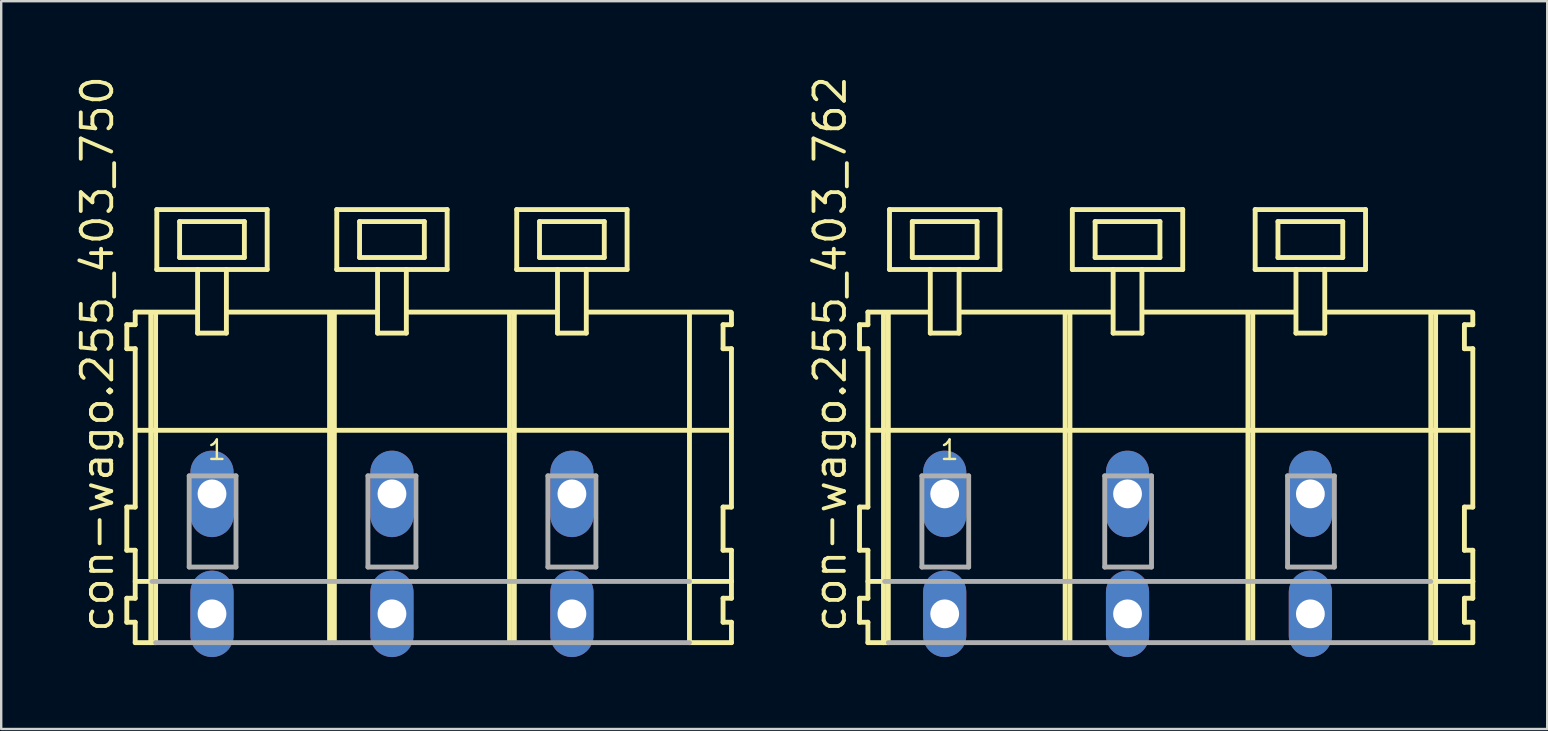
<source format=kicad_pcb>
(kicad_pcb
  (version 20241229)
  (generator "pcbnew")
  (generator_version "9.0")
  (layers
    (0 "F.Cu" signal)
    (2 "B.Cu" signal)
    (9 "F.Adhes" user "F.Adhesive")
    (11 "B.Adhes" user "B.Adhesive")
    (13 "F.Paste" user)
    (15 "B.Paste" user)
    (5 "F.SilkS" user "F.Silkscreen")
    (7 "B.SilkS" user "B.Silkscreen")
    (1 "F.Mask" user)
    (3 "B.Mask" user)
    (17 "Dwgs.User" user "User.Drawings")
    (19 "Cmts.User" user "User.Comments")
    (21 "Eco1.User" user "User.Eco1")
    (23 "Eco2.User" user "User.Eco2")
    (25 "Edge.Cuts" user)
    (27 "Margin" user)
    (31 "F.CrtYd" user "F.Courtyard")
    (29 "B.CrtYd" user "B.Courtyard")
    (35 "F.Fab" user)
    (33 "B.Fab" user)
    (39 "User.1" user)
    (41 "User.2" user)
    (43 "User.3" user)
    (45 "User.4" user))
  (footprint "con-wago.255_403_750"
    (layer "F.Cu")
    (at 10.785 17.533)
    (property "Reference" "con-wago.255_403_750" (at -9.035 5.855 90) (layer "F.SilkS") (effects (font (size 1.27 1.27) (thickness 0.16)) (justify left bottom)))
    (attr through_hole)
    (fp_line (start -8.55 -7.05) (end -8.55 -6.05) (stroke (width 0.203) (type default)) (layer "F.SilkS"))
    (fp_line (start -8.55 -6.05) (end -8.2 -6.05) (stroke (width 0.203) (type default)) (layer "F.SilkS"))
    (fp_line (start -8.55 0.55) (end -8.55 2.35) (stroke (width 0.203) (type default)) (layer "F.SilkS"))
    (fp_line (start -8.55 2.35) (end -8.2 2.35) (stroke (width 0.203) (type default)) (layer "F.SilkS"))
    (fp_line (start -8.55 4.35) (end -8.55 5.35) (stroke (width 0.203) (type default)) (layer "F.SilkS"))
    (fp_line (start -8.55 5.35) (end -8.2 5.35) (stroke (width 0.203) (type default)) (layer "F.SilkS"))
    (fp_line (start -8.2 -7.575) (end -8.2 -7.05) (stroke (width 0.203) (type default)) (layer "F.SilkS"))
    (fp_line (start -8.2 -7.575) (end -5.625 -7.575) (stroke (width 0.203) (type default)) (layer "F.SilkS"))
    (fp_line (start -8.2 -7.05) (end -8.55 -7.05) (stroke (width 0.203) (type default)) (layer "F.SilkS"))
    (fp_line (start -8.2 -6.05) (end -8.2 0.55) (stroke (width 0.203) (type default)) (layer "F.SilkS"))
    (fp_line (start -8.2 0.55) (end -8.55 0.55) (stroke (width 0.203) (type default)) (layer "F.SilkS"))
    (fp_line (start -8.2 2.35) (end -8.2 4.35) (stroke (width 0.203) (type default)) (layer "F.SilkS"))
    (fp_line (start -8.2 3.65) (end -7.5 3.65) (stroke (width 0.203) (type default)) (layer "F.SilkS"))
    (fp_line (start -8.2 4.35) (end -8.55 4.35) (stroke (width 0.203) (type default)) (layer "F.SilkS"))
    (fp_line (start -8.2 5.35) (end -8.2 6.2) (stroke (width 0.203) (type default)) (layer "F.SilkS"))
    (fp_line (start -8.2 6.2) (end -7.55 6.2) (stroke (width 0.203) (type default)) (layer "F.SilkS"))
    (fp_line (start -8.15 -2.65) (end 16.6 -2.65) (stroke (width 0.203) (type default)) (layer "F.SilkS"))
    (fp_line (start -7.55 -7.55) (end -7.55 6.2) (stroke (width 0.203) (type default)) (layer "F.SilkS"))
    (fp_line (start -7.55 6.2) (end -7.35 6.2) (stroke (width 0.203) (type default)) (layer "F.SilkS"))
    (fp_line (start -7.35 -7.55) (end -7.35 6.2) (stroke (width 0.203) (type default)) (layer "F.SilkS"))
    (fp_line (start -7.3 -11.85) (end -7.3 -9.35) (stroke (width 0.203) (type default)) (layer "F.SilkS"))
    (fp_line (start -7.3 -9.35) (end -5.6 -9.35) (stroke (width 0.203) (type default)) (layer "F.SilkS"))
    (fp_line (start -6.35 -11.35) (end -6.35 -9.85) (stroke (width 0.203) (type default)) (layer "F.SilkS"))
    (fp_line (start -6.35 -9.85) (end -3.65 -9.85) (stroke (width 0.203) (type default)) (layer "F.SilkS"))
    (fp_line (start -5.6 -9.35) (end -5.6 -6.7) (stroke (width 0.203) (type default)) (layer "F.SilkS"))
    (fp_line (start -5.6 -9.35) (end -4.4 -9.35) (stroke (width 0.203) (type default)) (layer "F.SilkS"))
    (fp_line (start -5.6 -6.7) (end -4.4 -6.7) (stroke (width 0.203) (type default)) (layer "F.SilkS"))
    (fp_line (start -4.4 -9.35) (end -2.7 -9.35) (stroke (width 0.203) (type default)) (layer "F.SilkS"))
    (fp_line (start -4.4 -6.7) (end -4.4 -9.35) (stroke (width 0.203) (type default)) (layer "F.SilkS"))
    (fp_line (start -4.325 -7.575) (end 1.875 -7.575) (stroke (width 0.203) (type default)) (layer "F.SilkS"))
    (fp_line (start -3.65 -11.35) (end -6.35 -11.35) (stroke (width 0.203) (type default)) (layer "F.SilkS"))
    (fp_line (start -3.65 -9.85) (end -3.65 -11.35) (stroke (width 0.203) (type default)) (layer "F.SilkS"))
    (fp_line (start -2.7 -11.85) (end -7.3 -11.85) (stroke (width 0.203) (type default)) (layer "F.SilkS"))
    (fp_line (start -2.7 -9.35) (end -2.7 -11.85) (stroke (width 0.203) (type default)) (layer "F.SilkS"))
    (fp_line (start -0.1 -7.55) (end -0.1 6.2) (stroke (width 0.203) (type default)) (layer "F.SilkS"))
    (fp_line (start 0.1 -7.55) (end 0.1 6.2) (stroke (width 0.203) (type default)) (layer "F.SilkS"))
    (fp_line (start 0.2 -11.85) (end 0.2 -9.35) (stroke (width 0.203) (type default)) (layer "F.SilkS"))
    (fp_line (start 0.2 -9.35) (end 1.9 -9.35) (stroke (width 0.203) (type default)) (layer "F.SilkS"))
    (fp_line (start 1.15 -11.35) (end 1.15 -9.85) (stroke (width 0.203) (type default)) (layer "F.SilkS"))
    (fp_line (start 1.15 -9.85) (end 3.85 -9.85) (stroke (width 0.203) (type default)) (layer "F.SilkS"))
    (fp_line (start 1.9 -9.35) (end 1.9 -6.7) (stroke (width 0.203) (type default)) (layer "F.SilkS"))
    (fp_line (start 1.9 -9.35) (end 3.1 -9.35) (stroke (width 0.203) (type default)) (layer "F.SilkS"))
    (fp_line (start 1.9 -6.7) (end 3.1 -6.7) (stroke (width 0.203) (type default)) (layer "F.SilkS"))
    (fp_line (start 3.1 -9.35) (end 4.8 -9.35) (stroke (width 0.203) (type default)) (layer "F.SilkS"))
    (fp_line (start 3.1 -6.7) (end 3.1 -9.35) (stroke (width 0.203) (type default)) (layer "F.SilkS"))
    (fp_line (start 3.175 -7.575) (end 9.375 -7.575) (stroke (width 0.203) (type default)) (layer "F.SilkS"))
    (fp_line (start 3.85 -11.35) (end 1.15 -11.35) (stroke (width 0.203) (type default)) (layer "F.SilkS"))
    (fp_line (start 3.85 -9.85) (end 3.85 -11.35) (stroke (width 0.203) (type default)) (layer "F.SilkS"))
    (fp_line (start 4.8 -11.85) (end 0.2 -11.85) (stroke (width 0.203) (type default)) (layer "F.SilkS"))
    (fp_line (start 4.8 -9.35) (end 4.8 -11.85) (stroke (width 0.203) (type default)) (layer "F.SilkS"))
    (fp_line (start 7.4 -7.55) (end 7.4 6.2) (stroke (width 0.203) (type default)) (layer "F.SilkS"))
    (fp_line (start 7.6 -7.55) (end 7.6 6.2) (stroke (width 0.203) (type default)) (layer "F.SilkS"))
    (fp_line (start 7.7 -11.85) (end 7.7 -9.35) (stroke (width 0.203) (type default)) (layer "F.SilkS"))
    (fp_line (start 7.7 -9.35) (end 9.4 -9.35) (stroke (width 0.203) (type default)) (layer "F.SilkS"))
    (fp_line (start 8.65 -11.35) (end 8.65 -9.85) (stroke (width 0.203) (type default)) (layer "F.SilkS"))
    (fp_line (start 8.65 -9.85) (end 11.35 -9.85) (stroke (width 0.203) (type default)) (layer "F.SilkS"))
    (fp_line (start 9.4 -9.35) (end 9.4 -6.7) (stroke (width 0.203) (type default)) (layer "F.SilkS"))
    (fp_line (start 9.4 -9.35) (end 10.6 -9.35) (stroke (width 0.203) (type default)) (layer "F.SilkS"))
    (fp_line (start 9.4 -6.7) (end 10.6 -6.7) (stroke (width 0.203) (type default)) (layer "F.SilkS"))
    (fp_line (start 10.6 -9.35) (end 12.3 -9.35) (stroke (width 0.203) (type default)) (layer "F.SilkS"))
    (fp_line (start 10.6 -6.7) (end 10.6 -9.35) (stroke (width 0.203) (type default)) (layer "F.SilkS"))
    (fp_line (start 10.625 -7.575) (end 16.625 -7.575) (stroke (width 0.203) (type default)) (layer "F.SilkS"))
    (fp_line (start 11.35 -11.35) (end 8.65 -11.35) (stroke (width 0.203) (type default)) (layer "F.SilkS"))
    (fp_line (start 11.35 -9.85) (end 11.35 -11.35) (stroke (width 0.203) (type default)) (layer "F.SilkS"))
    (fp_line (start 12.3 -11.85) (end 7.7 -11.85) (stroke (width 0.203) (type default)) (layer "F.SilkS"))
    (fp_line (start 12.3 -9.35) (end 12.3 -11.85) (stroke (width 0.203) (type default)) (layer "F.SilkS"))
    (fp_line (start 14.9 -7.55) (end 14.9 6.2) (stroke (width 0.203) (type default)) (layer "F.SilkS"))
    (fp_line (start 14.9 6.2) (end 16.65 6.2) (stroke (width 0.203) (type default)) (layer "F.SilkS"))
    (fp_line (start 14.95 3.65) (end 16.65 3.65) (stroke (width 0.203) (type default)) (layer "F.SilkS"))
    (fp_line (start 16.3 -7.05) (end 16.3 -6.05) (stroke (width 0.203) (type default)) (layer "F.SilkS"))
    (fp_line (start 16.3 -6.05) (end 16.65 -6.05) (stroke (width 0.203) (type default)) (layer "F.SilkS"))
    (fp_line (start 16.3 0.55) (end 16.3 2.35) (stroke (width 0.203) (type default)) (layer "F.SilkS"))
    (fp_line (start 16.3 2.35) (end 16.65 2.35) (stroke (width 0.203) (type default)) (layer "F.SilkS"))
    (fp_line (start 16.3 4.35) (end 16.3 5.35) (stroke (width 0.203) (type default)) (layer "F.SilkS"))
    (fp_line (start 16.3 5.35) (end 16.65 5.35) (stroke (width 0.203) (type default)) (layer "F.SilkS"))
    (fp_line (start 16.65 -7.05) (end 16.3 -7.05) (stroke (width 0.203) (type default)) (layer "F.SilkS"))
    (fp_line (start 16.65 -7.05) (end 16.65 -7.55) (stroke (width 0.203) (type default)) (layer "F.SilkS"))
    (fp_line (start 16.65 0.55) (end 16.3 0.55) (stroke (width 0.203) (type default)) (layer "F.SilkS"))
    (fp_line (start 16.65 0.55) (end 16.65 -6.05) (stroke (width 0.203) (type default)) (layer "F.SilkS"))
    (fp_line (start 16.65 3.65) (end 16.65 2.35) (stroke (width 0.203) (type default)) (layer "F.SilkS"))
    (fp_line (start 16.65 4.35) (end 16.3 4.35) (stroke (width 0.203) (type default)) (layer "F.SilkS"))
    (fp_line (start 16.65 4.35) (end 16.65 3.65) (stroke (width 0.203) (type default)) (layer "F.SilkS"))
    (fp_line (start 16.65 6.2) (end 16.65 5.35) (stroke (width 0.203) (type default)) (layer "F.SilkS"))
    (fp_line (start -7.5 3.65) (end 14.9 3.65) (stroke (width 0.203) (type default)) (layer "F.Fab"))
    (fp_line (start -7.35 6.2) (end 14.9 6.2) (stroke (width 0.203) (type default)) (layer "F.Fab"))
    (fp_line (start -5.95 -0.75) (end -5.95 3.05) (stroke (width 0.203) (type default)) (layer "F.Fab"))
    (fp_line (start -5.95 3.05) (end -4 3.05) (stroke (width 0.203) (type default)) (layer "F.Fab"))
    (fp_line (start -4 -0.75) (end -5.95 -0.75) (stroke (width 0.203) (type default)) (layer "F.Fab"))
    (fp_line (start -4 3.05) (end -4 -0.75) (stroke (width 0.203) (type default)) (layer "F.Fab"))
    (fp_line (start 1.5 -0.75) (end 1.5 3.05) (stroke (width 0.203) (type default)) (layer "F.Fab"))
    (fp_line (start 1.5 3.05) (end 3.5 3.05) (stroke (width 0.203) (type default)) (layer "F.Fab"))
    (fp_line (start 3.5 -0.75) (end 1.5 -0.75) (stroke (width 0.203) (type default)) (layer "F.Fab"))
    (fp_line (start 3.5 3.05) (end 3.5 -0.75) (stroke (width 0.203) (type default)) (layer "F.Fab"))
    (fp_line (start 9 -0.75) (end 9 3.05) (stroke (width 0.203) (type default)) (layer "F.Fab"))
    (fp_line (start 9 3.05) (end 11 3.05) (stroke (width 0.203) (type default)) (layer "F.Fab"))
    (fp_line (start 11 -0.75) (end 9 -0.75) (stroke (width 0.203) (type default)) (layer "F.Fab"))
    (fp_line (start 11 3.05) (end 11 -0.75) (stroke (width 0.203) (type default)) (layer "F.Fab"))
    (fp_text user "1" (at -5.25 -1.35 0) (layer "F.SilkS") (effects (font (size 0.813 0.813) (thickness 0.1)) (justify left bottom)))
    (pad "A1" thru_hole oval (at -5 0 90) (size 3.6 1.8) (drill 1.2) (layers "*.Cu" "*.Mask"))
    (pad "A2" thru_hole oval (at 2.5 0 90) (size 3.6 1.8) (drill 1.2) (layers "*.Cu" "*.Mask"))
    (pad "A3" thru_hole oval (at 10 0 90) (size 3.6 1.8) (drill 1.2) (layers "*.Cu" "*.Mask"))
    (pad "B1" thru_hole oval (at -5 5 90) (size 3.6 1.8) (drill 1.2) (layers "*.Cu" "*.Mask"))
    (pad "B2" thru_hole oval (at 2.5 5 90) (size 3.6 1.8) (drill 1.2) (layers "*.Cu" "*.Mask"))
    (pad "B3" thru_hole oval (at 10 5 90) (size 3.6 1.8) (drill 1.2) (layers "*.Cu" "*.Mask")))
  (footprint "con-wago.255_403_762"
    (layer "F.Cu")
    (at 41.402 17.533)
    (property "Reference" "con-wago.255_403_762" (at -9.115 5.855 90) (layer "F.SilkS") (effects (font (size 1.27 1.27) (thickness 0.16)) (justify left bottom)))
    (attr through_hole)
    (fp_line (start -8.63 -7.05) (end -8.63 -6.05) (stroke (width 0.203) (type default)) (layer "F.SilkS"))
    (fp_line (start -8.63 -6.05) (end -8.28 -6.05) (stroke (width 0.203) (type default)) (layer "F.SilkS"))
    (fp_line (start -8.63 0.55) (end -8.63 2.35) (stroke (width 0.203) (type default)) (layer "F.SilkS"))
    (fp_line (start -8.63 2.35) (end -8.28 2.35) (stroke (width 0.203) (type default)) (layer "F.SilkS"))
    (fp_line (start -8.63 4.35) (end -8.63 5.35) (stroke (width 0.203) (type default)) (layer "F.SilkS"))
    (fp_line (start -8.63 5.35) (end -8.28 5.35) (stroke (width 0.203) (type default)) (layer "F.SilkS"))
    (fp_line (start -8.28 -7.575) (end -8.28 -7.05) (stroke (width 0.203) (type default)) (layer "F.SilkS"))
    (fp_line (start -8.28 -7.575) (end -5.705 -7.575) (stroke (width 0.203) (type default)) (layer "F.SilkS"))
    (fp_line (start -8.28 -7.05) (end -8.63 -7.05) (stroke (width 0.203) (type default)) (layer "F.SilkS"))
    (fp_line (start -8.28 -6.05) (end -8.28 0.55) (stroke (width 0.203) (type default)) (layer "F.SilkS"))
    (fp_line (start -8.28 0.55) (end -8.63 0.55) (stroke (width 0.203) (type default)) (layer "F.SilkS"))
    (fp_line (start -8.28 2.35) (end -8.28 4.35) (stroke (width 0.203) (type default)) (layer "F.SilkS"))
    (fp_line (start -8.28 3.65) (end -7.58 3.65) (stroke (width 0.203) (type default)) (layer "F.SilkS"))
    (fp_line (start -8.28 4.35) (end -8.63 4.35) (stroke (width 0.203) (type default)) (layer "F.SilkS"))
    (fp_line (start -8.28 5.35) (end -8.28 6.2) (stroke (width 0.203) (type default)) (layer "F.SilkS"))
    (fp_line (start -8.28 6.2) (end -7.63 6.2) (stroke (width 0.203) (type default)) (layer "F.SilkS"))
    (fp_line (start -8.23 -2.65) (end 16.88 -2.65) (stroke (width 0.203) (type default)) (layer "F.SilkS"))
    (fp_line (start -7.63 -7.55) (end -7.63 6.2) (stroke (width 0.203) (type default)) (layer "F.SilkS"))
    (fp_line (start -7.63 6.2) (end -7.43 6.2) (stroke (width 0.203) (type default)) (layer "F.SilkS"))
    (fp_line (start -7.43 -7.55) (end -7.43 6.2) (stroke (width 0.203) (type default)) (layer "F.SilkS"))
    (fp_line (start -7.38 -11.85) (end -7.38 -9.35) (stroke (width 0.203) (type default)) (layer "F.SilkS"))
    (fp_line (start -7.38 -9.35) (end -5.68 -9.35) (stroke (width 0.203) (type default)) (layer "F.SilkS"))
    (fp_line (start -6.43 -11.35) (end -6.43 -9.85) (stroke (width 0.203) (type default)) (layer "F.SilkS"))
    (fp_line (start -6.43 -9.85) (end -3.73 -9.85) (stroke (width 0.203) (type default)) (layer "F.SilkS"))
    (fp_line (start -5.68 -9.35) (end -5.68 -6.7) (stroke (width 0.203) (type default)) (layer "F.SilkS"))
    (fp_line (start -5.68 -9.35) (end -4.48 -9.35) (stroke (width 0.203) (type default)) (layer "F.SilkS"))
    (fp_line (start -5.68 -6.7) (end -4.48 -6.7) (stroke (width 0.203) (type default)) (layer "F.SilkS"))
    (fp_line (start -4.48 -9.35) (end -2.78 -9.35) (stroke (width 0.203) (type default)) (layer "F.SilkS"))
    (fp_line (start -4.48 -6.7) (end -4.48 -9.35) (stroke (width 0.203) (type default)) (layer "F.SilkS"))
    (fp_line (start -4.455 -7.575) (end 1.919 -7.575) (stroke (width 0.203) (type default)) (layer "F.SilkS"))
    (fp_line (start -3.73 -11.35) (end -6.43 -11.35) (stroke (width 0.203) (type default)) (layer "F.SilkS"))
    (fp_line (start -3.73 -9.85) (end -3.73 -11.35) (stroke (width 0.203) (type default)) (layer "F.SilkS"))
    (fp_line (start -2.78 -11.85) (end -7.38 -11.85) (stroke (width 0.203) (type default)) (layer "F.SilkS"))
    (fp_line (start -2.78 -9.35) (end -2.78 -11.85) (stroke (width 0.203) (type default)) (layer "F.SilkS"))
    (fp_line (start -0.06 -7.55) (end -0.06 6.2) (stroke (width 0.203) (type default)) (layer "F.SilkS"))
    (fp_line (start 0.14 -7.55) (end 0.14 6.2) (stroke (width 0.203) (type default)) (layer "F.SilkS"))
    (fp_line (start 0.24 -11.85) (end 0.24 -9.35) (stroke (width 0.203) (type default)) (layer "F.SilkS"))
    (fp_line (start 0.24 -9.35) (end 1.94 -9.35) (stroke (width 0.203) (type default)) (layer "F.SilkS"))
    (fp_line (start 1.19 -11.35) (end 1.19 -9.85) (stroke (width 0.203) (type default)) (layer "F.SilkS"))
    (fp_line (start 1.19 -9.85) (end 3.89 -9.85) (stroke (width 0.203) (type default)) (layer "F.SilkS"))
    (fp_line (start 1.94 -9.35) (end 1.94 -6.7) (stroke (width 0.203) (type default)) (layer "F.SilkS"))
    (fp_line (start 1.94 -9.35) (end 3.14 -9.35) (stroke (width 0.203) (type default)) (layer "F.SilkS"))
    (fp_line (start 1.94 -6.7) (end 3.14 -6.7) (stroke (width 0.203) (type default)) (layer "F.SilkS"))
    (fp_line (start 3.14 -9.35) (end 4.84 -9.35) (stroke (width 0.203) (type default)) (layer "F.SilkS"))
    (fp_line (start 3.14 -6.7) (end 3.14 -9.35) (stroke (width 0.203) (type default)) (layer "F.SilkS"))
    (fp_line (start 3.165 -7.575) (end 9.539 -7.575) (stroke (width 0.203) (type default)) (layer "F.SilkS"))
    (fp_line (start 3.89 -11.35) (end 1.19 -11.35) (stroke (width 0.203) (type default)) (layer "F.SilkS"))
    (fp_line (start 3.89 -9.85) (end 3.89 -11.35) (stroke (width 0.203) (type default)) (layer "F.SilkS"))
    (fp_line (start 4.84 -11.85) (end 0.24 -11.85) (stroke (width 0.203) (type default)) (layer "F.SilkS"))
    (fp_line (start 4.84 -9.35) (end 4.84 -11.85) (stroke (width 0.203) (type default)) (layer "F.SilkS"))
    (fp_line (start 7.56 -7.55) (end 7.56 6.2) (stroke (width 0.203) (type default)) (layer "F.SilkS"))
    (fp_line (start 7.76 -7.55) (end 7.76 6.2) (stroke (width 0.203) (type default)) (layer "F.SilkS"))
    (fp_line (start 7.86 -11.85) (end 7.86 -9.35) (stroke (width 0.203) (type default)) (layer "F.SilkS"))
    (fp_line (start 7.86 -9.35) (end 9.56 -9.35) (stroke (width 0.203) (type default)) (layer "F.SilkS"))
    (fp_line (start 8.81 -11.35) (end 8.81 -9.85) (stroke (width 0.203) (type default)) (layer "F.SilkS"))
    (fp_line (start 8.81 -9.85) (end 11.51 -9.85) (stroke (width 0.203) (type default)) (layer "F.SilkS"))
    (fp_line (start 9.56 -9.35) (end 9.56 -6.7) (stroke (width 0.203) (type default)) (layer "F.SilkS"))
    (fp_line (start 9.56 -9.35) (end 10.76 -9.35) (stroke (width 0.203) (type default)) (layer "F.SilkS"))
    (fp_line (start 9.56 -6.7) (end 10.76 -6.7) (stroke (width 0.203) (type default)) (layer "F.SilkS"))
    (fp_line (start 10.76 -9.35) (end 12.46 -9.35) (stroke (width 0.203) (type default)) (layer "F.SilkS"))
    (fp_line (start 10.76 -6.7) (end 10.76 -9.35) (stroke (width 0.203) (type default)) (layer "F.SilkS"))
    (fp_line (start 10.785 -7.575) (end 16.905 -7.575) (stroke (width 0.203) (type default)) (layer "F.SilkS"))
    (fp_line (start 11.51 -11.35) (end 8.81 -11.35) (stroke (width 0.203) (type default)) (layer "F.SilkS"))
    (fp_line (start 11.51 -9.85) (end 11.51 -11.35) (stroke (width 0.203) (type default)) (layer "F.SilkS"))
    (fp_line (start 12.46 -11.85) (end 7.86 -11.85) (stroke (width 0.203) (type default)) (layer "F.SilkS"))
    (fp_line (start 12.46 -9.35) (end 12.46 -11.85) (stroke (width 0.203) (type default)) (layer "F.SilkS"))
    (fp_line (start 15.18 -7.55) (end 15.18 6.2) (stroke (width 0.203) (type default)) (layer "F.SilkS"))
    (fp_line (start 15.18 6.2) (end 16.93 6.2) (stroke (width 0.203) (type default)) (layer "F.SilkS"))
    (fp_line (start 15.23 3.65) (end 16.93 3.65) (stroke (width 0.203) (type default)) (layer "F.SilkS"))
    (fp_line (start 15.38 -7.55) (end 15.38 6.2) (stroke (width 0.203) (type default)) (layer "F.SilkS"))
    (fp_line (start 16.58 -7.05) (end 16.58 -6.05) (stroke (width 0.203) (type default)) (layer "F.SilkS"))
    (fp_line (start 16.58 -6.05) (end 16.93 -6.05) (stroke (width 0.203) (type default)) (layer "F.SilkS"))
    (fp_line (start 16.58 0.55) (end 16.58 2.35) (stroke (width 0.203) (type default)) (layer "F.SilkS"))
    (fp_line (start 16.58 2.35) (end 16.93 2.35) (stroke (width 0.203) (type default)) (layer "F.SilkS"))
    (fp_line (start 16.58 4.35) (end 16.58 5.35) (stroke (width 0.203) (type default)) (layer "F.SilkS"))
    (fp_line (start 16.58 5.35) (end 16.93 5.35) (stroke (width 0.203) (type default)) (layer "F.SilkS"))
    (fp_line (start 16.93 -7.05) (end 16.58 -7.05) (stroke (width 0.203) (type default)) (layer "F.SilkS"))
    (fp_line (start 16.93 -7.05) (end 16.93 -7.55) (stroke (width 0.203) (type default)) (layer "F.SilkS"))
    (fp_line (start 16.93 0.55) (end 16.58 0.55) (stroke (width 0.203) (type default)) (layer "F.SilkS"))
    (fp_line (start 16.93 0.55) (end 16.93 -6.05) (stroke (width 0.203) (type default)) (layer "F.SilkS"))
    (fp_line (start 16.93 3.65) (end 16.93 2.35) (stroke (width 0.203) (type default)) (layer "F.SilkS"))
    (fp_line (start 16.93 4.35) (end 16.58 4.35) (stroke (width 0.203) (type default)) (layer "F.SilkS"))
    (fp_line (start 16.93 4.35) (end 16.93 3.65) (stroke (width 0.203) (type default)) (layer "F.SilkS"))
    (fp_line (start 16.93 6.2) (end 16.93 5.35) (stroke (width 0.203) (type default)) (layer "F.SilkS"))
    (fp_line (start -7.58 3.65) (end 15.18 3.65) (stroke (width 0.203) (type default)) (layer "F.Fab"))
    (fp_line (start -7.43 6.2) (end 15.18 6.2) (stroke (width 0.203) (type default)) (layer "F.Fab"))
    (fp_line (start -6.03 -0.75) (end -6.03 3.05) (stroke (width 0.203) (type default)) (layer "F.Fab"))
    (fp_line (start -6.03 3.05) (end -4.08 3.05) (stroke (width 0.203) (type default)) (layer "F.Fab"))
    (fp_line (start -4.08 -0.75) (end -6.03 -0.75) (stroke (width 0.203) (type default)) (layer "F.Fab"))
    (fp_line (start -4.08 3.05) (end -4.08 -0.75) (stroke (width 0.203) (type default)) (layer "F.Fab"))
    (fp_line (start 1.59 -0.75) (end 1.59 3.05) (stroke (width 0.203) (type default)) (layer "F.Fab"))
    (fp_line (start 1.59 3.05) (end 3.54 3.05) (stroke (width 0.203) (type default)) (layer "F.Fab"))
    (fp_line (start 3.54 -0.75) (end 1.59 -0.75) (stroke (width 0.203) (type default)) (layer "F.Fab"))
    (fp_line (start 3.54 3.05) (end 3.54 -0.75) (stroke (width 0.203) (type default)) (layer "F.Fab"))
    (fp_line (start 9.21 -0.75) (end 9.21 3.05) (stroke (width 0.203) (type default)) (layer "F.Fab"))
    (fp_line (start 9.21 3.05) (end 11.16 3.05) (stroke (width 0.203) (type default)) (layer "F.Fab"))
    (fp_line (start 11.16 -0.75) (end 9.21 -0.75) (stroke (width 0.203) (type default)) (layer "F.Fab"))
    (fp_line (start 11.16 3.05) (end 11.16 -0.75) (stroke (width 0.203) (type default)) (layer "F.Fab"))
    (fp_text user "1" (at -5.33 -1.35 0) (layer "F.SilkS") (effects (font (size 0.813 0.813) (thickness 0.1)) (justify left bottom)))
    (pad "A1" thru_hole oval (at -5.08 0 90) (size 3.6 1.8) (drill 1.2) (layers "*.Cu" "*.Mask"))
    (pad "A2" thru_hole oval (at 2.54 0 90) (size 3.6 1.8) (drill 1.2) (layers "*.Cu" "*.Mask"))
    (pad "A3" thru_hole oval (at 10.16 0 90) (size 3.6 1.8) (drill 1.2) (layers "*.Cu" "*.Mask"))
    (pad "B1" thru_hole oval (at -5.08 5 90) (size 3.6 1.8) (drill 1.2) (layers "*.Cu" "*.Mask"))
    (pad "B2" thru_hole oval (at 2.54 5 90) (size 3.6 1.8) (drill 1.2) (layers "*.Cu" "*.Mask"))
    (pad "B3" thru_hole oval (at 10.16 5 90) (size 3.6 1.8) (drill 1.2) (layers "*.Cu" "*.Mask")))
  (gr_rect
    (start -3 -3)
    (end 61.433 27.333)
    (stroke (width 0.1) (type default))
    (fill no)
    (layer "Edge.Cuts")))
</source>
